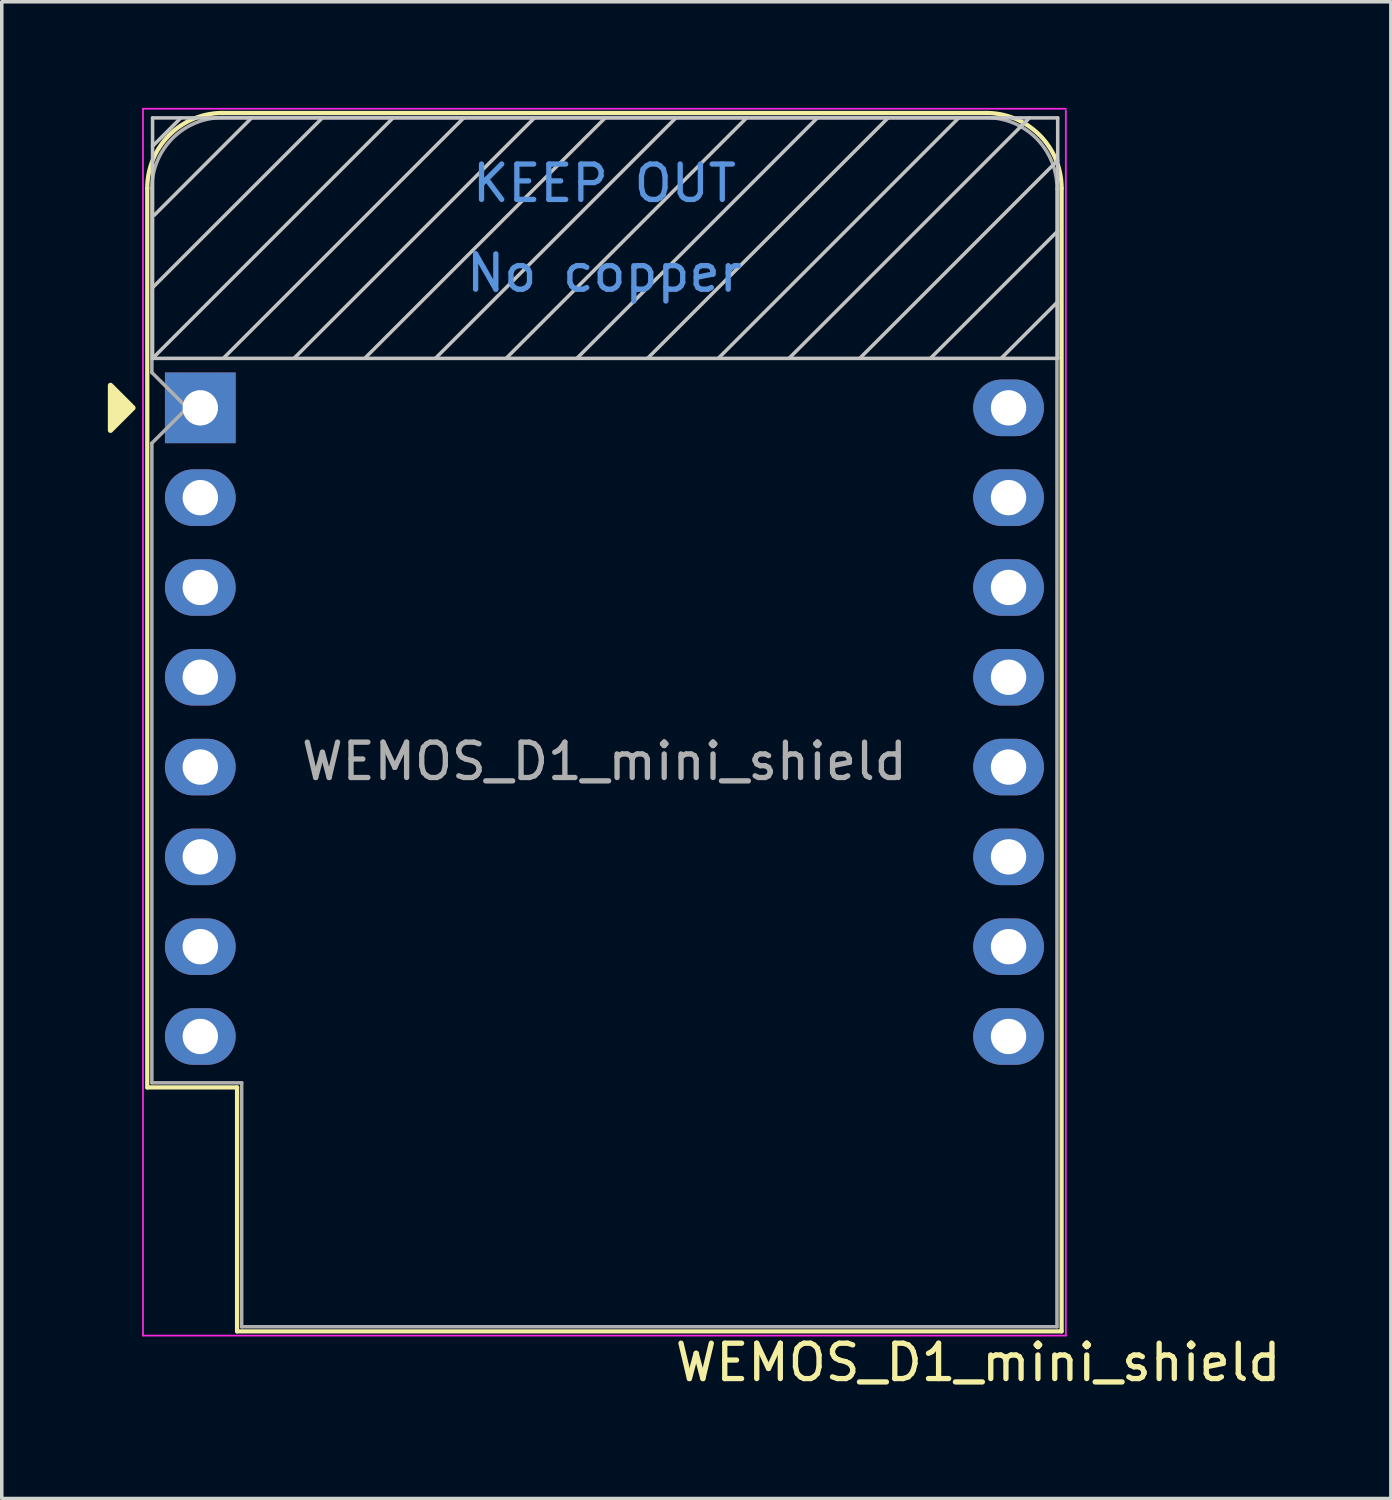
<source format=kicad_pcb>
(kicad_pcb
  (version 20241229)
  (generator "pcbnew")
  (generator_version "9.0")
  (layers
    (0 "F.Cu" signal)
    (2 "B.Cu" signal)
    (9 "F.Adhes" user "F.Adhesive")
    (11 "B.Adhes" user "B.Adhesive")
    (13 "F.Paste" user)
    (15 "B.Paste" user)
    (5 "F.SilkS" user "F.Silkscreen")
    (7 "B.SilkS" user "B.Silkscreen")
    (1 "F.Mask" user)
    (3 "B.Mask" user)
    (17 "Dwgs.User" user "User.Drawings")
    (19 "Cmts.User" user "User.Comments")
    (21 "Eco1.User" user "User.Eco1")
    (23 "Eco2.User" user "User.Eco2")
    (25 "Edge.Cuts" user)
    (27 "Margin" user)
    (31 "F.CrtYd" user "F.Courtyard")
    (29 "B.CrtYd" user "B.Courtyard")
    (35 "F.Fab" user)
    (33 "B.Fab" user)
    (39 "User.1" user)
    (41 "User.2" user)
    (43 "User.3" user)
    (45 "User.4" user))
  (footprint "WEMOS_D1_mini_shield"
    (layer "F.Cu")
    (at 2.615 8.485)
    (property "Reference" "WEMOS_D1_mini_shield" (at 22 27 0) (layer "F.SilkS") (effects (font (size 1 1) (thickness 0.15))))
    (attr through_hole)
    (fp_line (start -1.5 19.22) (end -1.5 -6.21) (stroke (width 0.12) (type solid)) (layer "F.SilkS"))
    (fp_line (start -1.5 19.22) (end 1.04 19.22) (stroke (width 0.12) (type solid)) (layer "F.SilkS"))
    (fp_line (start 1.04 19.22) (end 1.04 26.12) (stroke (width 0.12) (type solid)) (layer "F.SilkS"))
    (fp_line (start 1.04 26.12) (end 24.36 26.12) (stroke (width 0.12) (type solid)) (layer "F.SilkS"))
    (fp_line (start 22.24 -8.34) (end 0.63 -8.34) (stroke (width 0.12) (type solid)) (layer "F.SilkS"))
    (fp_line (start 24.36 26.12) (end 24.36 -6.21) (stroke (width 0.12) (type solid)) (layer "F.SilkS"))
    (fp_arc (start -1.5 -6.21) (mid -0.876137 -7.716137) (end 0.63 -8.34) (stroke (width 0.12) (type solid)) (layer "F.SilkS"))
    (fp_arc (start 22.23 -8.34) (mid 23.736137 -7.716137) (end 24.36 -6.21) (stroke (width 0.12) (type solid)) (layer "F.SilkS"))
    (fp_poly (pts (xy -2.54 -0.635) (xy -2.54 0.635) (xy -1.905 0)) (stroke (width 0.15) (type solid)) (fill yes) (layer "F.SilkS"))
    (fp_line (start -1.35 -8.2) (end -1.35 -1.4) (stroke (width 0.1) (type solid)) (layer "Dwgs.User"))
    (fp_line (start -1.35 -7.4) (end -0.55 -8.2) (stroke (width 0.1) (type solid)) (layer "Dwgs.User"))
    (fp_line (start -1.35 -3.4) (end 3.45 -8.2) (stroke (width 0.1) (type solid)) (layer "Dwgs.User"))
    (fp_line (start -1.35 -1.4) (end 5.45 -8.2) (stroke (width 0.1) (type solid)) (layer "Dwgs.User"))
    (fp_line (start -1.35 -1.4) (end 24.25 -1.4) (stroke (width 0.1) (type solid)) (layer "Dwgs.User"))
    (fp_line (start -1.3 -5.45) (end 1.45 -8.2) (stroke (width 0.1) (type solid)) (layer "Dwgs.User"))
    (fp_line (start 0.65 -1.4) (end 7.45 -8.2) (stroke (width 0.1) (type solid)) (layer "Dwgs.User"))
    (fp_line (start 2.65 -1.4) (end 9.45 -8.2) (stroke (width 0.1) (type solid)) (layer "Dwgs.User"))
    (fp_line (start 4.65 -1.4) (end 11.45 -8.2) (stroke (width 0.1) (type solid)) (layer "Dwgs.User"))
    (fp_line (start 6.65 -1.4) (end 13.45 -8.2) (stroke (width 0.1) (type solid)) (layer "Dwgs.User"))
    (fp_line (start 8.65 -1.4) (end 15.45 -8.2) (stroke (width 0.1) (type solid)) (layer "Dwgs.User"))
    (fp_line (start 10.65 -1.4) (end 17.45 -8.2) (stroke (width 0.1) (type solid)) (layer "Dwgs.User"))
    (fp_line (start 12.65 -1.4) (end 19.45 -8.2) (stroke (width 0.1) (type solid)) (layer "Dwgs.User"))
    (fp_line (start 14.65 -1.4) (end 21.45 -8.2) (stroke (width 0.1) (type solid)) (layer "Dwgs.User"))
    (fp_line (start 16.65 -1.4) (end 23.45 -8.2) (stroke (width 0.1) (type solid)) (layer "Dwgs.User"))
    (fp_line (start 18.65 -1.4) (end 24.25 -7) (stroke (width 0.1) (type solid)) (layer "Dwgs.User"))
    (fp_line (start 20.65 -1.4) (end 24.25 -5) (stroke (width 0.1) (type solid)) (layer "Dwgs.User"))
    (fp_line (start 22.65 -1.4) (end 24.25 -3) (stroke (width 0.1) (type solid)) (layer "Dwgs.User"))
    (fp_line (start 24.25 -8.2) (end -1.35 -8.2) (stroke (width 0.1) (type solid)) (layer "Dwgs.User"))
    (fp_line (start 24.25 -1.4) (end 24.25 -8.2) (stroke (width 0.1) (type solid)) (layer "Dwgs.User"))
    (fp_line (start -1.62 -8.46) (end 24.48 -8.46) (stroke (width 0.05) (type solid)) (layer "F.CrtYd"))
    (fp_line (start -1.62 26.24) (end -1.62 -8.46) (stroke (width 0.05) (type solid)) (layer "F.CrtYd"))
    (fp_line (start 24.48 -8.41) (end 24.48 26.24) (stroke (width 0.05) (type solid)) (layer "F.CrtYd"))
    (fp_line (start 24.48 26.24) (end -1.62 26.24) (stroke (width 0.05) (type solid)) (layer "F.CrtYd"))
    (fp_line (start -1.37 -6.21) (end -1.37 -1) (stroke (width 0.1) (type solid)) (layer "F.Fab"))
    (fp_line (start -1.37 1) (end -1.37 19.09) (stroke (width 0.1) (type solid)) (layer "F.Fab"))
    (fp_line (start -1.37 1) (end -0.37 0) (stroke (width 0.1) (type solid)) (layer "F.Fab"))
    (fp_line (start -1.37 19.09) (end 1.17 19.09) (stroke (width 0.1) (type solid)) (layer "F.Fab"))
    (fp_line (start -0.37 0) (end -1.37 -1) (stroke (width 0.1) (type solid)) (layer "F.Fab"))
    (fp_line (start 1.17 19.09) (end 1.17 25.99) (stroke (width 0.1) (type solid)) (layer "F.Fab"))
    (fp_line (start 1.17 25.99) (end 24.23 25.99) (stroke (width 0.1) (type solid)) (layer "F.Fab"))
    (fp_line (start 22.23 -8.21) (end 0.63 -8.21) (stroke (width 0.1) (type solid)) (layer "F.Fab"))
    (fp_line (start 24.23 25.99) (end 24.23 -6.21) (stroke (width 0.1) (type solid)) (layer "F.Fab"))
    (fp_arc (start -1.37 -6.21) (mid -0.784214 -7.624214) (end 0.63 -8.21) (stroke (width 0.1) (type solid)) (layer "F.Fab"))
    (fp_arc (start 22.25 -8.21) (mid 23.658356 -7.610071) (end 24.23 -6.19) (stroke (width 0.1) (type solid)) (layer "F.Fab"))
    (fp_text user "No copper" (at 11.43 -3.81 0) (layer "Cmts.User") (effects (font (size 1 1) (thickness 0.15))))
    (fp_text user "KEEP OUT" (at 11.43 -6.35 0) (layer "Cmts.User") (effects (font (size 1 1) (thickness 0.15))))
    (fp_text user "${REFERENCE}" (at 11.43 10 0) (layer "F.Fab") (effects (font (size 1 1) (thickness 0.15))))
    (pad "1" thru_hole rect (at 0 0) (size 2 2) (drill 1) (layers "*.Cu" "*.Mask"))
    (pad "2" thru_hole oval (at 0 2.54) (size 2 1.6) (drill 1) (layers "*.Cu" "*.Mask"))
    (pad "3" thru_hole oval (at 0 5.08) (size 2 1.6) (drill 1) (layers "*.Cu" "*.Mask"))
    (pad "4" thru_hole oval (at 0 7.62) (size 2 1.6) (drill 1) (layers "*.Cu" "*.Mask"))
    (pad "5" thru_hole oval (at 0 10.16) (size 2 1.6) (drill 1) (layers "*.Cu" "*.Mask"))
    (pad "6" thru_hole oval (at 0 12.7) (size 2 1.6) (drill 1) (layers "*.Cu" "*.Mask"))
    (pad "7" thru_hole oval (at 0 15.24) (size 2 1.6) (drill 1) (layers "*.Cu" "*.Mask"))
    (pad "8" thru_hole oval (at 0 17.78) (size 2 1.6) (drill 1) (layers "*.Cu" "*.Mask"))
    (pad "9" thru_hole oval (at 22.86 17.78) (size 2 1.6) (drill 1) (layers "*.Cu" "*.Mask"))
    (pad "10" thru_hole oval (at 22.86 15.24) (size 2 1.6) (drill 1) (layers "*.Cu" "*.Mask"))
    (pad "11" thru_hole oval (at 22.86 12.7) (size 2 1.6) (drill 1) (layers "*.Cu" "*.Mask"))
    (pad "12" thru_hole oval (at 22.86 10.16) (size 2 1.6) (drill 1) (layers "*.Cu" "*.Mask"))
    (pad "13" thru_hole oval (at 22.86 7.62) (size 2 1.6) (drill 1) (layers "*.Cu" "*.Mask"))
    (pad "14" thru_hole oval (at 22.86 5.08) (size 2 1.6) (drill 1) (layers "*.Cu" "*.Mask"))
    (pad "15" thru_hole oval (at 22.86 2.54) (size 2 1.6) (drill 1) (layers "*.Cu" "*.Mask"))
    (pad "16" thru_hole oval (at 22.86 0) (size 2 1.6) (drill 1) (layers "*.Cu" "*.Mask")))
  (gr_rect
    (start -3 -3)
    (end 36.288 39.333)
    (stroke (width 0.1) (type default))
    (fill no)
    (layer "Edge.Cuts")))
</source>
